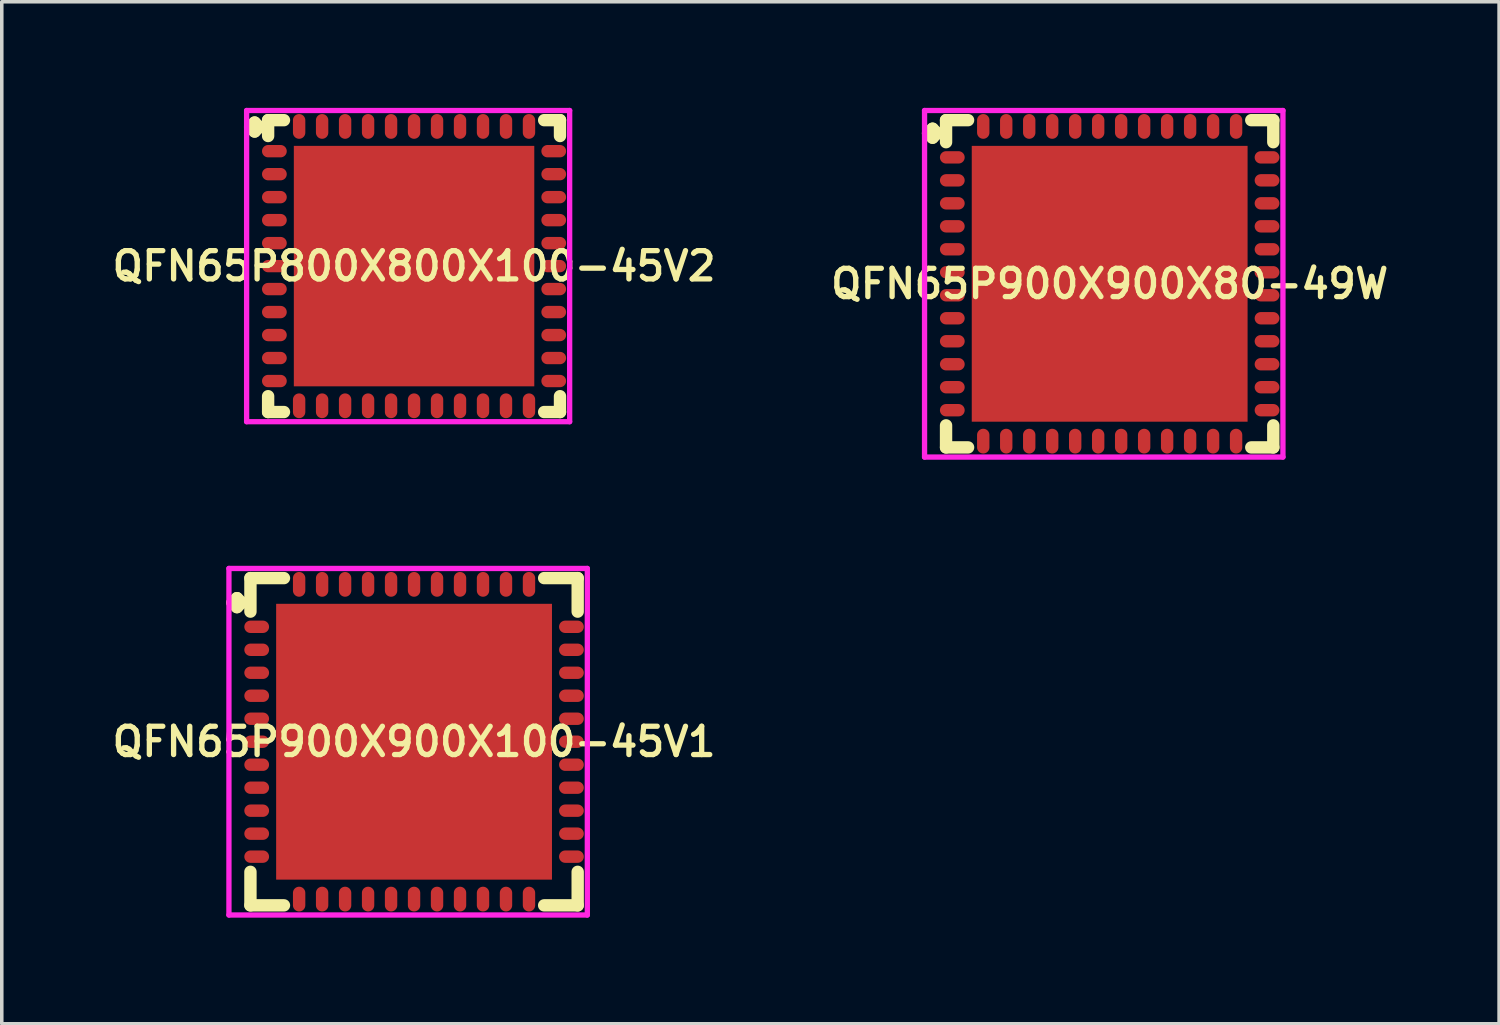
<source format=kicad_pcb>
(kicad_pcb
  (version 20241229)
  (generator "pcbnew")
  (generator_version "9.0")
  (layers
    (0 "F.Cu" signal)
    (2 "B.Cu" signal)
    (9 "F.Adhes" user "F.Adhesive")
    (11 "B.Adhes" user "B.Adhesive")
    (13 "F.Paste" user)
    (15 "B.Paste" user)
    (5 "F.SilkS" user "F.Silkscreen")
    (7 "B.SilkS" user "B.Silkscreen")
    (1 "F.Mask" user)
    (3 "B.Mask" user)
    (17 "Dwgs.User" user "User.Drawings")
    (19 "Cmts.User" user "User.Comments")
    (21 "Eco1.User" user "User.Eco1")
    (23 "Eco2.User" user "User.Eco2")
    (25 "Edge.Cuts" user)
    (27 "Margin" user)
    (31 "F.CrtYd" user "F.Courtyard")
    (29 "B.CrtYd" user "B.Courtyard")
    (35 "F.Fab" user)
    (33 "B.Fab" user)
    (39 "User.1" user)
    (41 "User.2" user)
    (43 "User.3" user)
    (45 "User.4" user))
  (footprint "QFN65P800X800X100-45V2"
    (layer "F.Cu")
    (at 8.659 4.475)
    (property "Reference" "QFN65P800X800X100-45V2" (at 0 0 0) (layer "F.SilkS") (effects (font (size 0.8 0.8) (thickness 0.15))))
    (attr smd)
    (fp_line (start -4.635 -3.933) (end -4.508 -4.06) (stroke (width 0.35) (type solid)) (layer "F.SilkS"))
    (fp_line (start -4.508 -4.06) (end -4.381 -3.933) (stroke (width 0.35) (type solid)) (layer "F.SilkS"))
    (fp_line (start -4.508 -3.806) (end -4.635 -3.933) (stroke (width 0.35) (type solid)) (layer "F.SilkS"))
    (fp_line (start -4.381 -3.933) (end -4.508 -3.806) (stroke (width 0.35) (type solid)) (layer "F.SilkS"))
    (fp_line (start -4.127 -4.127) (end -3.679 -4.127) (stroke (width 0.35) (type solid)) (layer "F.SilkS"))
    (fp_line (start -4.127 -3.679) (end -4.127 -4.127) (stroke (width 0.35) (type solid)) (layer "F.SilkS"))
    (fp_line (start -4.127 3.679) (end -4.127 4.127) (stroke (width 0.35) (type solid)) (layer "F.SilkS"))
    (fp_line (start -4.127 4.127) (end -3.679 4.127) (stroke (width 0.35) (type solid)) (layer "F.SilkS"))
    (fp_line (start 3.679 -4.127) (end 4.127 -4.127) (stroke (width 0.35) (type solid)) (layer "F.SilkS"))
    (fp_line (start 3.679 4.127) (end 4.127 4.127) (stroke (width 0.35) (type solid)) (layer "F.SilkS"))
    (fp_line (start 4.127 -4.127) (end 4.127 -3.679) (stroke (width 0.35) (type solid)) (layer "F.SilkS"))
    (fp_line (start 4.127 4.127) (end 4.127 3.679) (stroke (width 0.35) (type solid)) (layer "F.SilkS"))
    (fp_line (start -4.735 -4.4) (end 4.4 -4.4) (stroke (width 0.15) (type solid)) (layer "F.CrtYd"))
    (fp_line (start -4.735 4.4) (end -4.735 -4.4) (stroke (width 0.15) (type solid)) (layer "F.CrtYd"))
    (fp_line (start 4.4 -4.4) (end 4.4 4.4) (stroke (width 0.15) (type solid)) (layer "F.CrtYd"))
    (fp_line (start 4.4 4.4) (end -4.735 4.4) (stroke (width 0.15) (type solid)) (layer "F.CrtYd"))
    (pad "1" smd oval (at -3.95 -3.25) (size 0.7 0.35) (layers "F.Cu" "F.Mask" "F.Paste"))
    (pad "2" smd oval (at -3.95 -2.6) (size 0.7 0.35) (layers "F.Cu" "F.Mask" "F.Paste"))
    (pad "3" smd oval (at -3.95 -1.95) (size 0.7 0.35) (layers "F.Cu" "F.Mask" "F.Paste"))
    (pad "4" smd oval (at -3.95 -1.3) (size 0.7 0.35) (layers "F.Cu" "F.Mask" "F.Paste"))
    (pad "5" smd oval (at -3.95 -0.65) (size 0.7 0.35) (layers "F.Cu" "F.Mask" "F.Paste"))
    (pad "6" smd oval (at -3.95 0) (size 0.7 0.35) (layers "F.Cu" "F.Mask" "F.Paste"))
    (pad "7" smd oval (at -3.95 0.65) (size 0.7 0.35) (layers "F.Cu" "F.Mask" "F.Paste"))
    (pad "8" smd oval (at -3.95 1.3) (size 0.7 0.35) (layers "F.Cu" "F.Mask" "F.Paste"))
    (pad "9" smd oval (at -3.95 1.95) (size 0.7 0.35) (layers "F.Cu" "F.Mask" "F.Paste"))
    (pad "10" smd oval (at -3.95 2.6) (size 0.7 0.35) (layers "F.Cu" "F.Mask" "F.Paste"))
    (pad "11" smd oval (at -3.95 3.25) (size 0.7 0.35) (layers "F.Cu" "F.Mask" "F.Paste"))
    (pad "12" smd oval (at -3.25 3.95) (size 0.35 0.7) (layers "F.Cu" "F.Mask" "F.Paste"))
    (pad "13" smd oval (at -2.6 3.95) (size 0.35 0.7) (layers "F.Cu" "F.Mask" "F.Paste"))
    (pad "14" smd oval (at -1.95 3.95) (size 0.35 0.7) (layers "F.Cu" "F.Mask" "F.Paste"))
    (pad "15" smd oval (at -1.3 3.95) (size 0.35 0.7) (layers "F.Cu" "F.Mask" "F.Paste"))
    (pad "16" smd oval (at -0.65 3.95) (size 0.35 0.7) (layers "F.Cu" "F.Mask" "F.Paste"))
    (pad "17" smd oval (at 0 3.95) (size 0.35 0.7) (layers "F.Cu" "F.Mask" "F.Paste"))
    (pad "18" smd oval (at 0.65 3.95) (size 0.35 0.7) (layers "F.Cu" "F.Mask" "F.Paste"))
    (pad "19" smd oval (at 1.3 3.95) (size 0.35 0.7) (layers "F.Cu" "F.Mask" "F.Paste"))
    (pad "20" smd oval (at 1.95 3.95) (size 0.35 0.7) (layers "F.Cu" "F.Mask" "F.Paste"))
    (pad "21" smd oval (at 2.6 3.95) (size 0.35 0.7) (layers "F.Cu" "F.Mask" "F.Paste"))
    (pad "22" smd oval (at 3.25 3.95) (size 0.35 0.7) (layers "F.Cu" "F.Mask" "F.Paste"))
    (pad "23" smd oval (at 3.95 3.25) (size 0.7 0.35) (layers "F.Cu" "F.Mask" "F.Paste"))
    (pad "24" smd oval (at 3.95 2.6) (size 0.7 0.35) (layers "F.Cu" "F.Mask" "F.Paste"))
    (pad "25" smd oval (at 3.95 1.95) (size 0.7 0.35) (layers "F.Cu" "F.Mask" "F.Paste"))
    (pad "26" smd oval (at 3.95 1.3) (size 0.7 0.35) (layers "F.Cu" "F.Mask" "F.Paste"))
    (pad "27" smd oval (at 3.95 0.65) (size 0.7 0.35) (layers "F.Cu" "F.Mask" "F.Paste"))
    (pad "28" smd oval (at 3.95 0) (size 0.7 0.35) (layers "F.Cu" "F.Mask" "F.Paste"))
    (pad "29" smd oval (at 3.95 -0.65) (size 0.7 0.35) (layers "F.Cu" "F.Mask" "F.Paste"))
    (pad "30" smd oval (at 3.95 -1.3) (size 0.7 0.35) (layers "F.Cu" "F.Mask" "F.Paste"))
    (pad "31" smd oval (at 3.95 -1.95) (size 0.7 0.35) (layers "F.Cu" "F.Mask" "F.Paste"))
    (pad "32" smd oval (at 3.95 -2.6) (size 0.7 0.35) (layers "F.Cu" "F.Mask" "F.Paste"))
    (pad "33" smd oval (at 3.95 -3.25) (size 0.7 0.35) (layers "F.Cu" "F.Mask" "F.Paste"))
    (pad "34" smd oval (at 3.25 -3.95) (size 0.35 0.7) (layers "F.Cu" "F.Mask" "F.Paste"))
    (pad "35" smd oval (at 2.6 -3.95) (size 0.35 0.7) (layers "F.Cu" "F.Mask" "F.Paste"))
    (pad "36" smd oval (at 1.95 -3.95) (size 0.35 0.7) (layers "F.Cu" "F.Mask" "F.Paste"))
    (pad "37" smd oval (at 1.3 -3.95) (size 0.35 0.7) (layers "F.Cu" "F.Mask" "F.Paste"))
    (pad "38" smd oval (at 0.65 -3.95) (size 0.35 0.7) (layers "F.Cu" "F.Mask" "F.Paste"))
    (pad "39" smd oval (at 0 -3.95) (size 0.35 0.7) (layers "F.Cu" "F.Mask" "F.Paste"))
    (pad "40" smd oval (at -0.65 -3.95) (size 0.35 0.7) (layers "F.Cu" "F.Mask" "F.Paste"))
    (pad "41" smd oval (at -1.3 -3.95) (size 0.35 0.7) (layers "F.Cu" "F.Mask" "F.Paste"))
    (pad "42" smd oval (at -1.95 -3.95) (size 0.35 0.7) (layers "F.Cu" "F.Mask" "F.Paste"))
    (pad "43" smd oval (at -2.6 -3.95) (size 0.35 0.7) (layers "F.Cu" "F.Mask" "F.Paste"))
    (pad "44" smd oval (at -3.25 -3.95) (size 0.35 0.7) (layers "F.Cu" "F.Mask" "F.Paste"))
    (pad "45" smd rect (at 0 0) (size 6.8 6.8) (layers "F.Cu" "F.Mask" "F.Paste")))
  (footprint "QFN65P900X900X100-45V1"
    (layer "F.Cu")
    (at 8.659 17.925)
    (property "Reference" "QFN65P900X900X100-45V1" (at 0 0 0) (layer "F.SilkS") (effects (font (size 0.8 0.8) (thickness 0.15))))
    (attr smd)
    (fp_line (start -5.135 -3.933) (end -5.008 -4.06) (stroke (width 0.35) (type solid)) (layer "F.SilkS"))
    (fp_line (start -5.008 -4.06) (end -4.881 -3.933) (stroke (width 0.35) (type solid)) (layer "F.SilkS"))
    (fp_line (start -5.008 -3.806) (end -5.135 -3.933) (stroke (width 0.35) (type solid)) (layer "F.SilkS"))
    (fp_line (start -4.881 -3.933) (end -5.008 -3.806) (stroke (width 0.35) (type solid)) (layer "F.SilkS"))
    (fp_line (start -4.627 -4.627) (end -3.679 -4.627) (stroke (width 0.35) (type solid)) (layer "F.SilkS"))
    (fp_line (start -4.627 -3.679) (end -4.627 -4.627) (stroke (width 0.35) (type solid)) (layer "F.SilkS"))
    (fp_line (start -4.627 3.679) (end -4.627 4.627) (stroke (width 0.35) (type solid)) (layer "F.SilkS"))
    (fp_line (start -4.627 4.627) (end -3.679 4.627) (stroke (width 0.35) (type solid)) (layer "F.SilkS"))
    (fp_line (start 3.679 -4.627) (end 4.627 -4.627) (stroke (width 0.35) (type solid)) (layer "F.SilkS"))
    (fp_line (start 3.679 4.627) (end 4.627 4.627) (stroke (width 0.35) (type solid)) (layer "F.SilkS"))
    (fp_line (start 4.627 -4.627) (end 4.627 -3.679) (stroke (width 0.35) (type solid)) (layer "F.SilkS"))
    (fp_line (start 4.627 4.627) (end 4.627 3.679) (stroke (width 0.35) (type solid)) (layer "F.SilkS"))
    (fp_line (start -5.235 -4.9) (end 4.9 -4.9) (stroke (width 0.15) (type solid)) (layer "F.CrtYd"))
    (fp_line (start -5.235 4.9) (end -5.235 -4.9) (stroke (width 0.15) (type solid)) (layer "F.CrtYd"))
    (fp_line (start 4.9 -4.9) (end 4.9 4.9) (stroke (width 0.15) (type solid)) (layer "F.CrtYd"))
    (fp_line (start 4.9 4.9) (end -5.235 4.9) (stroke (width 0.15) (type solid)) (layer "F.CrtYd"))
    (pad "1" smd oval (at -4.45 -3.25) (size 0.7 0.35) (layers "F.Cu" "F.Mask" "F.Paste"))
    (pad "2" smd oval (at -4.45 -2.6) (size 0.7 0.35) (layers "F.Cu" "F.Mask" "F.Paste"))
    (pad "3" smd oval (at -4.45 -1.95) (size 0.7 0.35) (layers "F.Cu" "F.Mask" "F.Paste"))
    (pad "4" smd oval (at -4.45 -1.3) (size 0.7 0.35) (layers "F.Cu" "F.Mask" "F.Paste"))
    (pad "5" smd oval (at -4.45 -0.65) (size 0.7 0.35) (layers "F.Cu" "F.Mask" "F.Paste"))
    (pad "6" smd oval (at -4.45 0) (size 0.7 0.35) (layers "F.Cu" "F.Mask" "F.Paste"))
    (pad "7" smd oval (at -4.45 0.65) (size 0.7 0.35) (layers "F.Cu" "F.Mask" "F.Paste"))
    (pad "8" smd oval (at -4.45 1.3) (size 0.7 0.35) (layers "F.Cu" "F.Mask" "F.Paste"))
    (pad "9" smd oval (at -4.45 1.95) (size 0.7 0.35) (layers "F.Cu" "F.Mask" "F.Paste"))
    (pad "10" smd oval (at -4.45 2.6) (size 0.7 0.35) (layers "F.Cu" "F.Mask" "F.Paste"))
    (pad "11" smd oval (at -4.45 3.25) (size 0.7 0.35) (layers "F.Cu" "F.Mask" "F.Paste"))
    (pad "12" smd oval (at -3.25 4.45) (size 0.35 0.7) (layers "F.Cu" "F.Mask" "F.Paste"))
    (pad "13" smd oval (at -2.6 4.45) (size 0.35 0.7) (layers "F.Cu" "F.Mask" "F.Paste"))
    (pad "14" smd oval (at -1.95 4.45) (size 0.35 0.7) (layers "F.Cu" "F.Mask" "F.Paste"))
    (pad "15" smd oval (at -1.3 4.45) (size 0.35 0.7) (layers "F.Cu" "F.Mask" "F.Paste"))
    (pad "16" smd oval (at -0.65 4.45) (size 0.35 0.7) (layers "F.Cu" "F.Mask" "F.Paste"))
    (pad "17" smd oval (at 0 4.45) (size 0.35 0.7) (layers "F.Cu" "F.Mask" "F.Paste"))
    (pad "18" smd oval (at 0.65 4.45) (size 0.35 0.7) (layers "F.Cu" "F.Mask" "F.Paste"))
    (pad "19" smd oval (at 1.3 4.45) (size 0.35 0.7) (layers "F.Cu" "F.Mask" "F.Paste"))
    (pad "20" smd oval (at 1.95 4.45) (size 0.35 0.7) (layers "F.Cu" "F.Mask" "F.Paste"))
    (pad "21" smd oval (at 2.6 4.45) (size 0.35 0.7) (layers "F.Cu" "F.Mask" "F.Paste"))
    (pad "22" smd oval (at 3.25 4.45) (size 0.35 0.7) (layers "F.Cu" "F.Mask" "F.Paste"))
    (pad "23" smd oval (at 4.45 3.25) (size 0.7 0.35) (layers "F.Cu" "F.Mask" "F.Paste"))
    (pad "24" smd oval (at 4.45 2.6) (size 0.7 0.35) (layers "F.Cu" "F.Mask" "F.Paste"))
    (pad "25" smd oval (at 4.45 1.95) (size 0.7 0.35) (layers "F.Cu" "F.Mask" "F.Paste"))
    (pad "26" smd oval (at 4.45 1.3) (size 0.7 0.35) (layers "F.Cu" "F.Mask" "F.Paste"))
    (pad "27" smd oval (at 4.45 0.65) (size 0.7 0.35) (layers "F.Cu" "F.Mask" "F.Paste"))
    (pad "28" smd oval (at 4.45 0) (size 0.7 0.35) (layers "F.Cu" "F.Mask" "F.Paste"))
    (pad "29" smd oval (at 4.45 -0.65) (size 0.7 0.35) (layers "F.Cu" "F.Mask" "F.Paste"))
    (pad "30" smd oval (at 4.45 -1.3) (size 0.7 0.35) (layers "F.Cu" "F.Mask" "F.Paste"))
    (pad "31" smd oval (at 4.45 -1.95) (size 0.7 0.35) (layers "F.Cu" "F.Mask" "F.Paste"))
    (pad "32" smd oval (at 4.45 -2.6) (size 0.7 0.35) (layers "F.Cu" "F.Mask" "F.Paste"))
    (pad "33" smd oval (at 4.45 -3.25) (size 0.7 0.35) (layers "F.Cu" "F.Mask" "F.Paste"))
    (pad "34" smd oval (at 3.25 -4.45) (size 0.35 0.7) (layers "F.Cu" "F.Mask" "F.Paste"))
    (pad "35" smd oval (at 2.6 -4.45) (size 0.35 0.7) (layers "F.Cu" "F.Mask" "F.Paste"))
    (pad "36" smd oval (at 1.95 -4.45) (size 0.35 0.7) (layers "F.Cu" "F.Mask" "F.Paste"))
    (pad "37" smd oval (at 1.3 -4.45) (size 0.35 0.7) (layers "F.Cu" "F.Mask" "F.Paste"))
    (pad "38" smd oval (at 0.65 -4.45) (size 0.35 0.7) (layers "F.Cu" "F.Mask" "F.Paste"))
    (pad "39" smd oval (at 0 -4.45) (size 0.35 0.7) (layers "F.Cu" "F.Mask" "F.Paste"))
    (pad "40" smd oval (at -0.65 -4.45) (size 0.35 0.7) (layers "F.Cu" "F.Mask" "F.Paste"))
    (pad "41" smd oval (at -1.3 -4.45) (size 0.35 0.7) (layers "F.Cu" "F.Mask" "F.Paste"))
    (pad "42" smd oval (at -1.95 -4.45) (size 0.35 0.7) (layers "F.Cu" "F.Mask" "F.Paste"))
    (pad "43" smd oval (at -2.6 -4.45) (size 0.35 0.7) (layers "F.Cu" "F.Mask" "F.Paste"))
    (pad "44" smd oval (at -3.25 -4.45) (size 0.35 0.7) (layers "F.Cu" "F.Mask" "F.Paste"))
    (pad "45" smd rect (at 0 0) (size 7.8 7.8) (layers "F.Cu" "F.Mask" "F.Paste")))
  (footprint "QFN65P900X900X80-49W"
    (layer "F.Cu")
    (at 28.33 4.975)
    (property "Reference" "QFN65P900X900X80-49W" (at 0 0 0) (layer "F.SilkS") (effects (font (size 0.8 0.8) (thickness 0.15))))
    (attr smd)
    (fp_line (start -5.135 -4.258) (end -5.008 -4.385) (stroke (width 0.35) (type solid)) (layer "F.SilkS"))
    (fp_line (start -5.008 -4.385) (end -4.881 -4.258) (stroke (width 0.35) (type solid)) (layer "F.SilkS"))
    (fp_line (start -5.008 -4.131) (end -5.135 -4.258) (stroke (width 0.35) (type solid)) (layer "F.SilkS"))
    (fp_line (start -4.881 -4.258) (end -5.008 -4.131) (stroke (width 0.35) (type solid)) (layer "F.SilkS"))
    (fp_line (start -4.627 -4.627) (end -4.004 -4.627) (stroke (width 0.35) (type solid)) (layer "F.SilkS"))
    (fp_line (start -4.627 -4.004) (end -4.627 -4.627) (stroke (width 0.35) (type solid)) (layer "F.SilkS"))
    (fp_line (start -4.627 4.004) (end -4.627 4.627) (stroke (width 0.35) (type solid)) (layer "F.SilkS"))
    (fp_line (start -4.627 4.627) (end -4.004 4.627) (stroke (width 0.35) (type solid)) (layer "F.SilkS"))
    (fp_line (start 4.004 -4.627) (end 4.627 -4.627) (stroke (width 0.35) (type solid)) (layer "F.SilkS"))
    (fp_line (start 4.004 4.627) (end 4.627 4.627) (stroke (width 0.35) (type solid)) (layer "F.SilkS"))
    (fp_line (start 4.627 -4.627) (end 4.627 -4.004) (stroke (width 0.35) (type solid)) (layer "F.SilkS"))
    (fp_line (start 4.627 4.627) (end 4.627 4.004) (stroke (width 0.35) (type solid)) (layer "F.SilkS"))
    (fp_line (start -5.235 -4.9) (end 4.9 -4.9) (stroke (width 0.15) (type solid)) (layer "F.CrtYd"))
    (fp_line (start -5.235 4.9) (end -5.235 -4.9) (stroke (width 0.15) (type solid)) (layer "F.CrtYd"))
    (fp_line (start 4.9 -4.9) (end 4.9 4.9) (stroke (width 0.15) (type solid)) (layer "F.CrtYd"))
    (fp_line (start 4.9 4.9) (end -5.235 4.9) (stroke (width 0.15) (type solid)) (layer "F.CrtYd"))
    (pad "1" smd oval (at -4.45 -3.575) (size 0.7 0.35) (layers "F.Cu" "F.Mask" "F.Paste"))
    (pad "2" smd oval (at -4.45 -2.925) (size 0.7 0.35) (layers "F.Cu" "F.Mask" "F.Paste"))
    (pad "3" smd oval (at -4.45 -2.275) (size 0.7 0.35) (layers "F.Cu" "F.Mask" "F.Paste"))
    (pad "4" smd oval (at -4.45 -1.625) (size 0.7 0.35) (layers "F.Cu" "F.Mask" "F.Paste"))
    (pad "5" smd oval (at -4.45 -0.975) (size 0.7 0.35) (layers "F.Cu" "F.Mask" "F.Paste"))
    (pad "6" smd oval (at -4.45 -0.325) (size 0.7 0.35) (layers "F.Cu" "F.Mask" "F.Paste"))
    (pad "7" smd oval (at -4.45 0.325) (size 0.7 0.35) (layers "F.Cu" "F.Mask" "F.Paste"))
    (pad "8" smd oval (at -4.45 0.975) (size 0.7 0.35) (layers "F.Cu" "F.Mask" "F.Paste"))
    (pad "9" smd oval (at -4.45 1.625) (size 0.7 0.35) (layers "F.Cu" "F.Mask" "F.Paste"))
    (pad "10" smd oval (at -4.45 2.275) (size 0.7 0.35) (layers "F.Cu" "F.Mask" "F.Paste"))
    (pad "11" smd oval (at -4.45 2.925) (size 0.7 0.35) (layers "F.Cu" "F.Mask" "F.Paste"))
    (pad "12" smd oval (at -4.45 3.575) (size 0.7 0.35) (layers "F.Cu" "F.Mask" "F.Paste"))
    (pad "13" smd oval (at -3.575 4.45) (size 0.35 0.7) (layers "F.Cu" "F.Mask" "F.Paste"))
    (pad "14" smd oval (at -2.925 4.45) (size 0.35 0.7) (layers "F.Cu" "F.Mask" "F.Paste"))
    (pad "15" smd oval (at -2.275 4.45) (size 0.35 0.7) (layers "F.Cu" "F.Mask" "F.Paste"))
    (pad "16" smd oval (at -1.625 4.45) (size 0.35 0.7) (layers "F.Cu" "F.Mask" "F.Paste"))
    (pad "17" smd oval (at -0.975 4.45) (size 0.35 0.7) (layers "F.Cu" "F.Mask" "F.Paste"))
    (pad "18" smd oval (at -0.325 4.45) (size 0.35 0.7) (layers "F.Cu" "F.Mask" "F.Paste"))
    (pad "19" smd oval (at 0.325 4.45) (size 0.35 0.7) (layers "F.Cu" "F.Mask" "F.Paste"))
    (pad "20" smd oval (at 0.975 4.45) (size 0.35 0.7) (layers "F.Cu" "F.Mask" "F.Paste"))
    (pad "21" smd oval (at 1.625 4.45) (size 0.35 0.7) (layers "F.Cu" "F.Mask" "F.Paste"))
    (pad "22" smd oval (at 2.275 4.45) (size 0.35 0.7) (layers "F.Cu" "F.Mask" "F.Paste"))
    (pad "23" smd oval (at 2.925 4.45) (size 0.35 0.7) (layers "F.Cu" "F.Mask" "F.Paste"))
    (pad "24" smd oval (at 3.575 4.45) (size 0.35 0.7) (layers "F.Cu" "F.Mask" "F.Paste"))
    (pad "25" smd oval (at 4.45 3.575) (size 0.7 0.35) (layers "F.Cu" "F.Mask" "F.Paste"))
    (pad "26" smd oval (at 4.45 2.925) (size 0.7 0.35) (layers "F.Cu" "F.Mask" "F.Paste"))
    (pad "27" smd oval (at 4.45 2.275) (size 0.7 0.35) (layers "F.Cu" "F.Mask" "F.Paste"))
    (pad "28" smd oval (at 4.45 1.625) (size 0.7 0.35) (layers "F.Cu" "F.Mask" "F.Paste"))
    (pad "29" smd oval (at 4.45 0.975) (size 0.7 0.35) (layers "F.Cu" "F.Mask" "F.Paste"))
    (pad "30" smd oval (at 4.45 0.325) (size 0.7 0.35) (layers "F.Cu" "F.Mask" "F.Paste"))
    (pad "31" smd oval (at 4.45 -0.325) (size 0.7 0.35) (layers "F.Cu" "F.Mask" "F.Paste"))
    (pad "32" smd oval (at 4.45 -0.975) (size 0.7 0.35) (layers "F.Cu" "F.Mask" "F.Paste"))
    (pad "33" smd oval (at 4.45 -1.625) (size 0.7 0.35) (layers "F.Cu" "F.Mask" "F.Paste"))
    (pad "34" smd oval (at 4.45 -2.275) (size 0.7 0.35) (layers "F.Cu" "F.Mask" "F.Paste"))
    (pad "35" smd oval (at 4.45 -2.925) (size 0.7 0.35) (layers "F.Cu" "F.Mask" "F.Paste"))
    (pad "36" smd oval (at 4.45 -3.575) (size 0.7 0.35) (layers "F.Cu" "F.Mask" "F.Paste"))
    (pad "37" smd oval (at 3.575 -4.45) (size 0.35 0.7) (layers "F.Cu" "F.Mask" "F.Paste"))
    (pad "38" smd oval (at 2.925 -4.45) (size 0.35 0.7) (layers "F.Cu" "F.Mask" "F.Paste"))
    (pad "39" smd oval (at 2.275 -4.45) (size 0.35 0.7) (layers "F.Cu" "F.Mask" "F.Paste"))
    (pad "40" smd oval (at 1.625 -4.45) (size 0.35 0.7) (layers "F.Cu" "F.Mask" "F.Paste"))
    (pad "41" smd oval (at 0.975 -4.45) (size 0.35 0.7) (layers "F.Cu" "F.Mask" "F.Paste"))
    (pad "42" smd oval (at 0.325 -4.45) (size 0.35 0.7) (layers "F.Cu" "F.Mask" "F.Paste"))
    (pad "43" smd oval (at -0.325 -4.45) (size 0.35 0.7) (layers "F.Cu" "F.Mask" "F.Paste"))
    (pad "44" smd oval (at -0.975 -4.45) (size 0.35 0.7) (layers "F.Cu" "F.Mask" "F.Paste"))
    (pad "45" smd oval (at -1.625 -4.45) (size 0.35 0.7) (layers "F.Cu" "F.Mask" "F.Paste"))
    (pad "46" smd oval (at -2.275 -4.45) (size 0.35 0.7) (layers "F.Cu" "F.Mask" "F.Paste"))
    (pad "47" smd oval (at -2.925 -4.45) (size 0.35 0.7) (layers "F.Cu" "F.Mask" "F.Paste"))
    (pad "48" smd oval (at -3.575 -4.45) (size 0.35 0.7) (layers "F.Cu" "F.Mask" "F.Paste"))
    (pad "49" smd rect (at 0 0) (size 7.8 7.8) (layers "F.Cu" "F.Mask" "F.Paste")))
  (gr_rect
    (start -3 -3)
    (end 39.342 25.9)
    (stroke (width 0.1) (type default))
    (fill no)
    (layer "Edge.Cuts")))
</source>
